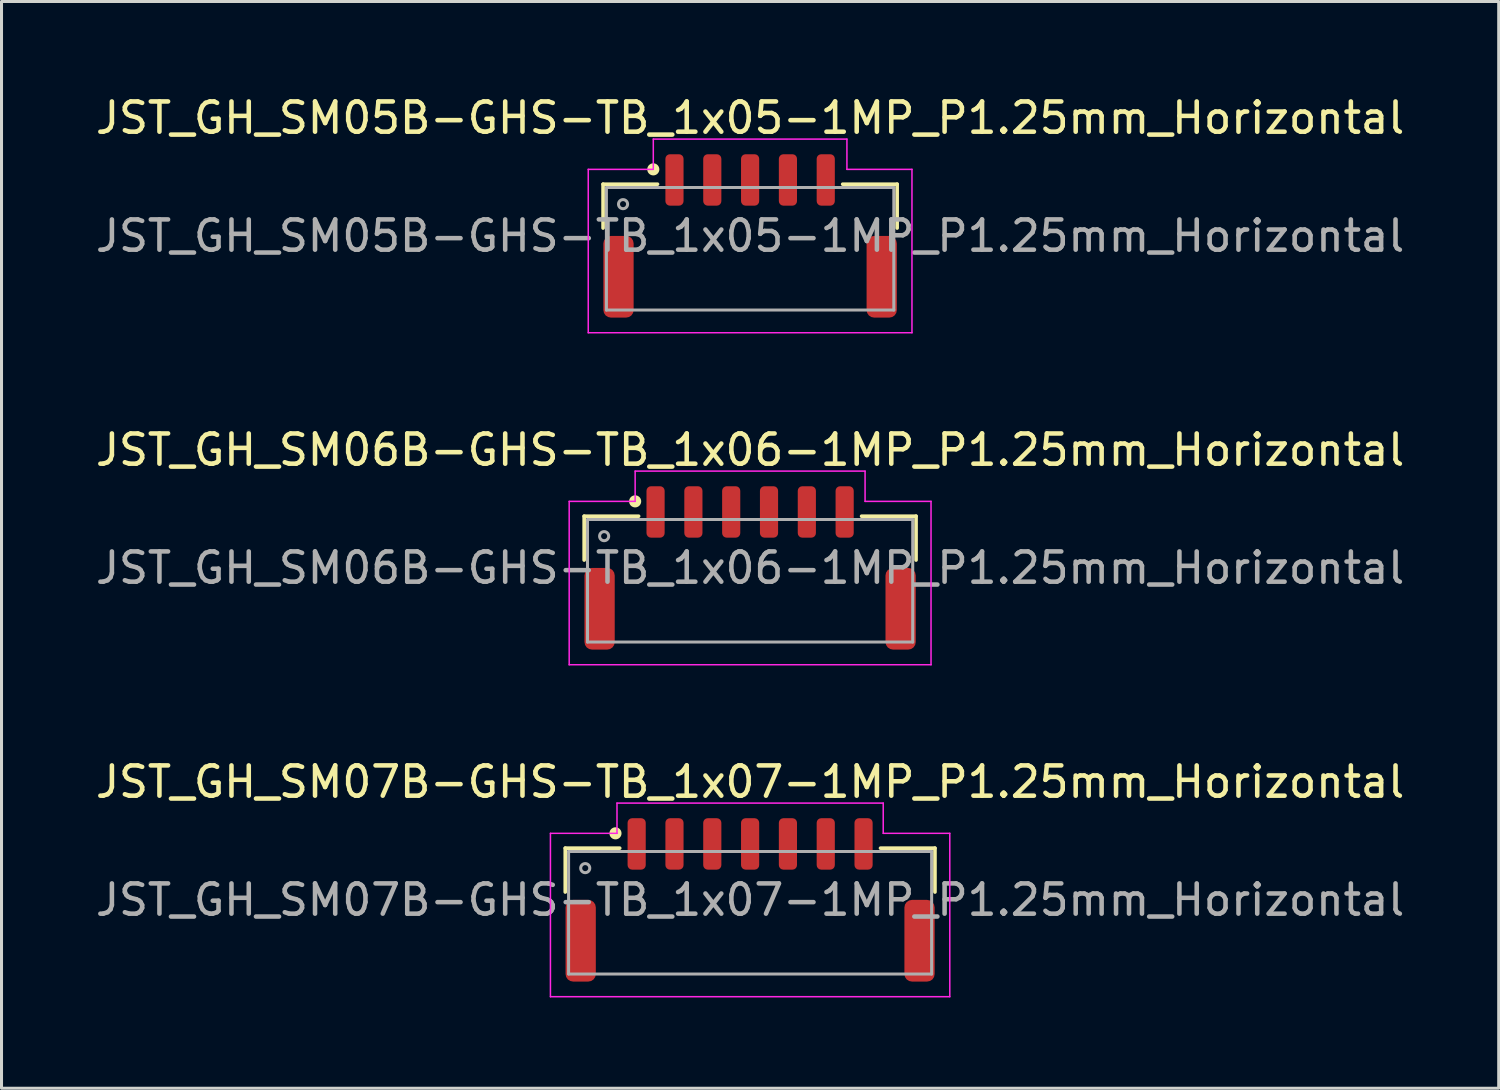
<source format=kicad_pcb>
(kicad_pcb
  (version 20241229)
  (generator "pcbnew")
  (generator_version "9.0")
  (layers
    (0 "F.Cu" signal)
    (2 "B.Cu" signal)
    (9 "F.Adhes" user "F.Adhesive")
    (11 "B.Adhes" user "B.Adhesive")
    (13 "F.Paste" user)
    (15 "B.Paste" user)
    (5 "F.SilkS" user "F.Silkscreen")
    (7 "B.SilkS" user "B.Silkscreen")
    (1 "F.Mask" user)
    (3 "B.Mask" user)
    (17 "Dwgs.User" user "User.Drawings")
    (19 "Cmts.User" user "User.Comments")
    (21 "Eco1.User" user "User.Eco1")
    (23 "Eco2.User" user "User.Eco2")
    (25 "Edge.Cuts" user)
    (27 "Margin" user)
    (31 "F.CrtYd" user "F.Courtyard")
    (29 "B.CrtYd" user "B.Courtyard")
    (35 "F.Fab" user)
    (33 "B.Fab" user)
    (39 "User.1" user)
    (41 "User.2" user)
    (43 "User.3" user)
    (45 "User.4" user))
  (footprint "JST_GH_SM07B-GHS-TB_1x07-1MP_P1.25mm_Horizontal"
    (layer "F.Cu")
    (at 21.744 26.695)
    (property "Reference" "JST_GH_SM07B-GHS-TB_1x07-1MP_P1.25mm_Horizontal" (at 0 -3.9 0) (layer "F.SilkS") (effects (font (size 1 1) (thickness 0.15))))
    (attr smd)
    (fp_line (start -6.11 -1.71) (end -4.31 -1.71) (stroke (width 0.12) (type solid)) (layer "F.SilkS"))
    (fp_line (start -6.11 -0.26) (end -6.11 -1.71) (stroke (width 0.12) (type solid)) (layer "F.SilkS"))
    (fp_line (start 6.11 -1.71) (end 4.31 -1.71) (stroke (width 0.12) (type solid)) (layer "F.SilkS"))
    (fp_line (start 6.11 -0.26) (end 6.11 -1.71) (stroke (width 0.12) (type solid)) (layer "F.SilkS"))
    (fp_circle (center -4.45 -2.2) (end -4.3 -2.2) (stroke (width 0.1) (type solid)) (fill yes) (layer "F.SilkS"))
    (fp_line (start -6.6 -2.2) (end -6.6 3.2) (stroke (width 0.05) (type solid)) (layer "F.CrtYd"))
    (fp_line (start -6.6 -2.2) (end -4.4 -2.2) (stroke (width 0.05) (type default)) (layer "F.CrtYd"))
    (fp_line (start -6.6 3.2) (end 6.6 3.2) (stroke (width 0.05) (type solid)) (layer "F.CrtYd"))
    (fp_line (start -4.4 -2.2) (end -4.4 -3.2) (stroke (width 0.05) (type default)) (layer "F.CrtYd"))
    (fp_line (start 4.4 -3.2) (end -4.4 -3.2) (stroke (width 0.05) (type solid)) (layer "F.CrtYd"))
    (fp_line (start 4.4 -2.2) (end 4.4 -3.2) (stroke (width 0.05) (type default)) (layer "F.CrtYd"))
    (fp_line (start 6.6 -2.2) (end 4.4 -2.2) (stroke (width 0.05) (type default)) (layer "F.CrtYd"))
    (fp_line (start 6.6 3.2) (end 6.6 -2.2) (stroke (width 0.05) (type solid)) (layer "F.CrtYd"))
    (fp_line (start -6 -1.6) (end -6 2.45) (stroke (width 0.1) (type solid)) (layer "F.Fab"))
    (fp_line (start -6 -1.6) (end 6 -1.6) (stroke (width 0.1) (type solid)) (layer "F.Fab"))
    (fp_line (start -6 2.45) (end 6 2.45) (stroke (width 0.1) (type solid)) (layer "F.Fab"))
    (fp_line (start 6 -1.6) (end 6 2.45) (stroke (width 0.1) (type solid)) (layer "F.Fab"))
    (fp_circle (center -5.45 -1.05) (end -5.3 -1.05) (stroke (width 0.1) (type solid)) (fill no) (layer "F.Fab"))
    (fp_text user "${REFERENCE}" (at 0 0 0) (layer "F.Fab") (effects (font (size 1 1) (thickness 0.15))))
    (pad "1" smd roundrect (at -3.75 -1.85) (size 0.6 1.7) (layers "F.Cu" "F.Mask" "F.Paste") (roundrect_rratio 0.25))
    (pad "2" smd roundrect (at -2.5 -1.85) (size 0.6 1.7) (layers "F.Cu" "F.Mask" "F.Paste") (roundrect_rratio 0.25))
    (pad "3" smd roundrect (at -1.25 -1.85) (size 0.6 1.7) (layers "F.Cu" "F.Mask" "F.Paste") (roundrect_rratio 0.25))
    (pad "4" smd roundrect (at 0 -1.85) (size 0.6 1.7) (layers "F.Cu" "F.Mask" "F.Paste") (roundrect_rratio 0.25))
    (pad "5" smd roundrect (at 1.25 -1.85) (size 0.6 1.7) (layers "F.Cu" "F.Mask" "F.Paste") (roundrect_rratio 0.25))
    (pad "6" smd roundrect (at 2.5 -1.85) (size 0.6 1.7) (layers "F.Cu" "F.Mask" "F.Paste") (roundrect_rratio 0.25))
    (pad "7" smd roundrect (at 3.75 -1.85) (size 0.6 1.7) (layers "F.Cu" "F.Mask" "F.Paste") (roundrect_rratio 0.25))
    (pad "MP1" smd roundrect (at -5.6 1.35) (size 1 2.7) (layers "F.Cu" "F.Mask" "F.Paste") (roundrect_rratio 0.25))
    (pad "MP2" smd roundrect (at 5.6 1.35) (size 1 2.7) (layers "F.Cu" "F.Mask" "F.Paste") (roundrect_rratio 0.25)))
  (footprint "JST_GH_SM06B-GHS-TB_1x06-1MP_P1.25mm_Horizontal"
    (layer "F.Cu")
    (at 21.744 15.722)
    (property "Reference" "JST_GH_SM06B-GHS-TB_1x06-1MP_P1.25mm_Horizontal" (at 0 -3.9 0) (layer "F.SilkS") (effects (font (size 1 1) (thickness 0.15))))
    (attr smd)
    (fp_line (start -5.485 -1.71) (end -3.685 -1.71) (stroke (width 0.12) (type solid)) (layer "F.SilkS"))
    (fp_line (start -5.485 -0.26) (end -5.485 -1.71) (stroke (width 0.12) (type solid)) (layer "F.SilkS"))
    (fp_line (start 5.485 -1.71) (end 3.685 -1.71) (stroke (width 0.12) (type solid)) (layer "F.SilkS"))
    (fp_line (start 5.485 -0.26) (end 5.485 -1.71) (stroke (width 0.12) (type solid)) (layer "F.SilkS"))
    (fp_circle (center -3.8 -2.2) (end -3.65 -2.2) (stroke (width 0.1) (type solid)) (fill yes) (layer "F.SilkS"))
    (fp_line (start -5.98 -2.2) (end -5.98 3.2) (stroke (width 0.05) (type solid)) (layer "F.CrtYd"))
    (fp_line (start -5.98 -2.2) (end -3.8 -2.2) (stroke (width 0.05) (type default)) (layer "F.CrtYd"))
    (fp_line (start -5.98 3.2) (end 5.98 3.2) (stroke (width 0.05) (type solid)) (layer "F.CrtYd"))
    (fp_line (start -3.8 -2.2) (end -3.8 -3.2) (stroke (width 0.05) (type default)) (layer "F.CrtYd"))
    (fp_line (start 3.8 -3.2) (end -3.8 -3.2) (stroke (width 0.05) (type solid)) (layer "F.CrtYd"))
    (fp_line (start 3.8 -2.2) (end 3.8 -3.2) (stroke (width 0.05) (type default)) (layer "F.CrtYd"))
    (fp_line (start 5.98 -2.2) (end 3.8 -2.2) (stroke (width 0.05) (type default)) (layer "F.CrtYd"))
    (fp_line (start 5.98 3.2) (end 5.98 -2.2) (stroke (width 0.05) (type solid)) (layer "F.CrtYd"))
    (fp_line (start -5.375 -1.6) (end -5.375 2.45) (stroke (width 0.1) (type solid)) (layer "F.Fab"))
    (fp_line (start -5.375 -1.6) (end 5.375 -1.6) (stroke (width 0.1) (type solid)) (layer "F.Fab"))
    (fp_line (start -5.375 2.45) (end 5.375 2.45) (stroke (width 0.1) (type solid)) (layer "F.Fab"))
    (fp_line (start 5.375 -1.6) (end 5.375 2.45) (stroke (width 0.1) (type solid)) (layer "F.Fab"))
    (fp_circle (center -4.825 -1.05) (end -4.675 -1.05) (stroke (width 0.1) (type solid)) (fill no) (layer "F.Fab"))
    (fp_text user "${REFERENCE}" (at 0 0 0) (layer "F.Fab") (effects (font (size 1 1) (thickness 0.15))))
    (pad "1" smd roundrect (at -3.125 -1.85) (size 0.6 1.7) (layers "F.Cu" "F.Mask" "F.Paste") (roundrect_rratio 0.25))
    (pad "2" smd roundrect (at -1.875 -1.85) (size 0.6 1.7) (layers "F.Cu" "F.Mask" "F.Paste") (roundrect_rratio 0.25))
    (pad "3" smd roundrect (at -0.625 -1.85) (size 0.6 1.7) (layers "F.Cu" "F.Mask" "F.Paste") (roundrect_rratio 0.25))
    (pad "4" smd roundrect (at 0.625 -1.85) (size 0.6 1.7) (layers "F.Cu" "F.Mask" "F.Paste") (roundrect_rratio 0.25))
    (pad "5" smd roundrect (at 1.875 -1.85) (size 0.6 1.7) (layers "F.Cu" "F.Mask" "F.Paste") (roundrect_rratio 0.25))
    (pad "6" smd roundrect (at 3.125 -1.85) (size 0.6 1.7) (layers "F.Cu" "F.Mask" "F.Paste") (roundrect_rratio 0.25))
    (pad "MP1" smd roundrect (at -4.975 1.35) (size 1 2.7) (layers "F.Cu" "F.Mask" "F.Paste") (roundrect_rratio 0.25))
    (pad "MP2" smd roundrect (at 4.975 1.35) (size 1 2.7) (layers "F.Cu" "F.Mask" "F.Paste") (roundrect_rratio 0.25)))
  (footprint "JST_GH_SM05B-GHS-TB_1x05-1MP_P1.25mm_Horizontal"
    (layer "F.Cu")
    (at 21.744 4.748)
    (property "Reference" "JST_GH_SM05B-GHS-TB_1x05-1MP_P1.25mm_Horizontal" (at 0 -3.9 0) (layer "F.SilkS") (effects (font (size 1 1) (thickness 0.15))))
    (attr smd)
    (fp_line (start -4.86 -1.71) (end -3.06 -1.71) (stroke (width 0.12) (type solid)) (layer "F.SilkS"))
    (fp_line (start -4.86 -0.26) (end -4.86 -1.71) (stroke (width 0.12) (type solid)) (layer "F.SilkS"))
    (fp_line (start 4.86 -1.71) (end 3.06 -1.71) (stroke (width 0.12) (type solid)) (layer "F.SilkS"))
    (fp_line (start 4.86 -0.26) (end 4.86 -1.71) (stroke (width 0.12) (type solid)) (layer "F.SilkS"))
    (fp_circle (center -3.2 -2.2) (end -3.05 -2.2) (stroke (width 0.1) (type solid)) (fill yes) (layer "F.SilkS"))
    (fp_line (start -5.35 -2.2) (end -5.35 3.2) (stroke (width 0.05) (type solid)) (layer "F.CrtYd"))
    (fp_line (start -5.35 -2.2) (end -3.2 -2.2) (stroke (width 0.05) (type default)) (layer "F.CrtYd"))
    (fp_line (start -5.35 3.2) (end 5.35 3.2) (stroke (width 0.05) (type solid)) (layer "F.CrtYd"))
    (fp_line (start -3.2 -2.2) (end -3.2 -3.2) (stroke (width 0.05) (type default)) (layer "F.CrtYd"))
    (fp_line (start 3.2 -3.2) (end -3.2 -3.2) (stroke (width 0.05) (type solid)) (layer "F.CrtYd"))
    (fp_line (start 3.2 -2.2) (end 3.2 -3.2) (stroke (width 0.05) (type default)) (layer "F.CrtYd"))
    (fp_line (start 3.2 -2.2) (end 5.35 -2.2) (stroke (width 0.05) (type default)) (layer "F.CrtYd"))
    (fp_line (start 5.35 3.2) (end 5.35 -2.2) (stroke (width 0.05) (type solid)) (layer "F.CrtYd"))
    (fp_line (start -4.75 -1.6) (end -4.75 2.45) (stroke (width 0.1) (type solid)) (layer "F.Fab"))
    (fp_line (start -4.75 -1.6) (end 4.75 -1.6) (stroke (width 0.1) (type solid)) (layer "F.Fab"))
    (fp_line (start -4.75 2.45) (end 4.75 2.45) (stroke (width 0.1) (type solid)) (layer "F.Fab"))
    (fp_line (start 4.75 -1.6) (end 4.75 2.45) (stroke (width 0.1) (type solid)) (layer "F.Fab"))
    (fp_circle (center -4.2 -1.05) (end -4.05 -1.05) (stroke (width 0.1) (type solid)) (fill no) (layer "F.Fab"))
    (fp_text user "${REFERENCE}" (at 0 0 0) (layer "F.Fab") (effects (font (size 1 1) (thickness 0.15))))
    (pad "1" smd roundrect (at -2.5 -1.85) (size 0.6 1.7) (layers "F.Cu" "F.Mask" "F.Paste") (roundrect_rratio 0.25))
    (pad "2" smd roundrect (at -1.25 -1.85) (size 0.6 1.7) (layers "F.Cu" "F.Mask" "F.Paste") (roundrect_rratio 0.25))
    (pad "3" smd roundrect (at 0 -1.85) (size 0.6 1.7) (layers "F.Cu" "F.Mask" "F.Paste") (roundrect_rratio 0.25))
    (pad "4" smd roundrect (at 1.25 -1.85) (size 0.6 1.7) (layers "F.Cu" "F.Mask" "F.Paste") (roundrect_rratio 0.25))
    (pad "5" smd roundrect (at 2.5 -1.85) (size 0.6 1.7) (layers "F.Cu" "F.Mask" "F.Paste") (roundrect_rratio 0.25))
    (pad "MP1" smd roundrect (at -4.35 1.35) (size 1 2.7) (layers "F.Cu" "F.Mask" "F.Paste") (roundrect_rratio 0.25))
    (pad "MP2" smd roundrect (at 4.35 1.35) (size 1 2.7) (layers "F.Cu" "F.Mask" "F.Paste") (roundrect_rratio 0.25)))
  (gr_rect
    (start -3 -3)
    (end 46.488 32.92)
    (stroke (width 0.1) (type default))
    (fill no)
    (layer "Edge.Cuts")))
</source>
